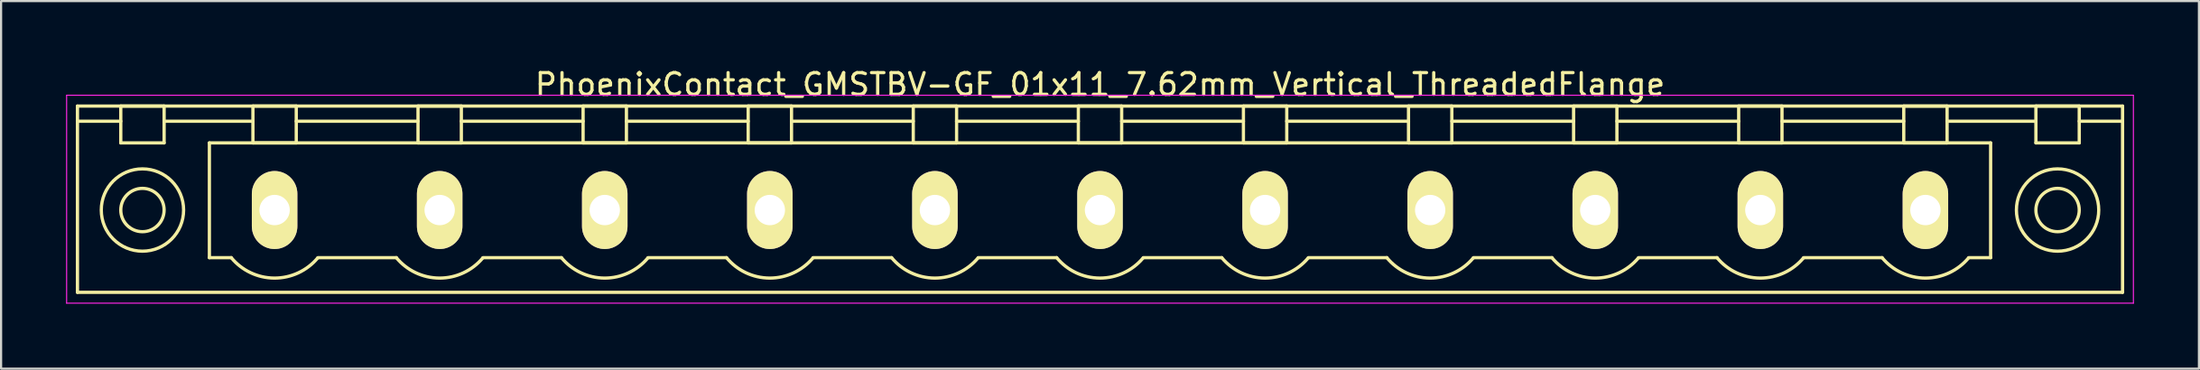
<source format=kicad_pcb>
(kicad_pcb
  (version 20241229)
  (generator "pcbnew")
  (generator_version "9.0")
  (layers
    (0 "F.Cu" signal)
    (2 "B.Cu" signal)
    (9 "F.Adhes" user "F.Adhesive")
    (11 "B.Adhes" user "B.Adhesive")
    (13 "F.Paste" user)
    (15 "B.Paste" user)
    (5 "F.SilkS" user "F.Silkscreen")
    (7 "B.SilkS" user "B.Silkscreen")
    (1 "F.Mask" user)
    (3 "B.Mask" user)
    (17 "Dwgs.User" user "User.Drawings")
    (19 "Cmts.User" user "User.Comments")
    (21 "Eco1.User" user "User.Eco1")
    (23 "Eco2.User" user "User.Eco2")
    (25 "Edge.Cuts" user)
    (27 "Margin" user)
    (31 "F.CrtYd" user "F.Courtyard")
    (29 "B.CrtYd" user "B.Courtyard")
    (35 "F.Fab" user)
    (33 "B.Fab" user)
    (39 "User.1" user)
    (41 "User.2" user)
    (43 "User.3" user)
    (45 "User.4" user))
  (footprint "PhoenixContact_GMSTBV-GF_01x11_7.62mm_Vertical_ThreadedFlange"
    (layer "F.Cu")
    (at 9.625 6.648)
    (property "Reference" "PhoenixContact_GMSTBV-GF_01x11_7.62mm_Vertical_ThreadedFlange" (at 38.1 -5.8 0) (layer "F.SilkS") (effects (font (size 1 1) (thickness 0.15))))
    (attr through_hole)
    (fp_line (start -9.1 -4.8) (end -9.1 3.8) (stroke (width 0.15) (type solid)) (layer "F.SilkS"))
    (fp_line (start -9.1 -4.1) (end -7.1 -4.1) (stroke (width 0.15) (type solid)) (layer "F.SilkS"))
    (fp_line (start -9.1 3.8) (end 85.3 3.8) (stroke (width 0.15) (type solid)) (layer "F.SilkS"))
    (fp_line (start -7.1 -4.8) (end -5.1 -4.8) (stroke (width 0.15) (type solid)) (layer "F.SilkS"))
    (fp_line (start -7.1 -3.1) (end -7.1 -4.8) (stroke (width 0.15) (type solid)) (layer "F.SilkS"))
    (fp_line (start -5.1 -4.8) (end -5.1 -3.1) (stroke (width 0.15) (type solid)) (layer "F.SilkS"))
    (fp_line (start -5.1 -4.1) (end -1 -4.1) (stroke (width 0.15) (type solid)) (layer "F.SilkS"))
    (fp_line (start -5.1 -3.1) (end -7.1 -3.1) (stroke (width 0.15) (type solid)) (layer "F.SilkS"))
    (fp_line (start -3.01 -3.1) (end 79.21 -3.1) (stroke (width 0.15) (type solid)) (layer "F.SilkS"))
    (fp_line (start -3.01 2.2) (end -3.01 -3.1) (stroke (width 0.15) (type solid)) (layer "F.SilkS"))
    (fp_line (start -2 2.2) (end -3.01 2.2) (stroke (width 0.15) (type solid)) (layer "F.SilkS"))
    (fp_line (start -1 -4.8) (end 1 -4.8) (stroke (width 0.15) (type solid)) (layer "F.SilkS"))
    (fp_line (start -1 -3.1) (end -1 -4.8) (stroke (width 0.15) (type solid)) (layer "F.SilkS"))
    (fp_line (start 1 -4.8) (end 1 -3.1) (stroke (width 0.15) (type solid)) (layer "F.SilkS"))
    (fp_line (start 1 -4.1) (end 6.62 -4.1) (stroke (width 0.15) (type solid)) (layer "F.SilkS"))
    (fp_line (start 1 -3.1) (end -1 -3.1) (stroke (width 0.15) (type solid)) (layer "F.SilkS"))
    (fp_line (start 2 2.2) (end 5.62 2.2) (stroke (width 0.15) (type solid)) (layer "F.SilkS"))
    (fp_line (start 6.62 -4.8) (end 8.62 -4.8) (stroke (width 0.15) (type solid)) (layer "F.SilkS"))
    (fp_line (start 6.62 -3.1) (end 6.62 -4.8) (stroke (width 0.15) (type solid)) (layer "F.SilkS"))
    (fp_line (start 8.62 -4.8) (end 8.62 -3.1) (stroke (width 0.15) (type solid)) (layer "F.SilkS"))
    (fp_line (start 8.62 -4.1) (end 14.24 -4.1) (stroke (width 0.15) (type solid)) (layer "F.SilkS"))
    (fp_line (start 8.62 -3.1) (end 6.62 -3.1) (stroke (width 0.15) (type solid)) (layer "F.SilkS"))
    (fp_line (start 9.62 2.2) (end 13.24 2.2) (stroke (width 0.15) (type solid)) (layer "F.SilkS"))
    (fp_line (start 14.24 -4.8) (end 16.24 -4.8) (stroke (width 0.15) (type solid)) (layer "F.SilkS"))
    (fp_line (start 14.24 -3.1) (end 14.24 -4.8) (stroke (width 0.15) (type solid)) (layer "F.SilkS"))
    (fp_line (start 16.24 -4.8) (end 16.24 -3.1) (stroke (width 0.15) (type solid)) (layer "F.SilkS"))
    (fp_line (start 16.24 -4.1) (end 21.86 -4.1) (stroke (width 0.15) (type solid)) (layer "F.SilkS"))
    (fp_line (start 16.24 -3.1) (end 14.24 -3.1) (stroke (width 0.15) (type solid)) (layer "F.SilkS"))
    (fp_line (start 17.24 2.2) (end 20.86 2.2) (stroke (width 0.15) (type solid)) (layer "F.SilkS"))
    (fp_line (start 21.86 -4.8) (end 23.86 -4.8) (stroke (width 0.15) (type solid)) (layer "F.SilkS"))
    (fp_line (start 21.86 -3.1) (end 21.86 -4.8) (stroke (width 0.15) (type solid)) (layer "F.SilkS"))
    (fp_line (start 23.86 -4.8) (end 23.86 -3.1) (stroke (width 0.15) (type solid)) (layer "F.SilkS"))
    (fp_line (start 23.86 -4.1) (end 29.48 -4.1) (stroke (width 0.15) (type solid)) (layer "F.SilkS"))
    (fp_line (start 23.86 -3.1) (end 21.86 -3.1) (stroke (width 0.15) (type solid)) (layer "F.SilkS"))
    (fp_line (start 24.86 2.2) (end 28.48 2.2) (stroke (width 0.15) (type solid)) (layer "F.SilkS"))
    (fp_line (start 29.48 -4.8) (end 31.48 -4.8) (stroke (width 0.15) (type solid)) (layer "F.SilkS"))
    (fp_line (start 29.48 -3.1) (end 29.48 -4.8) (stroke (width 0.15) (type solid)) (layer "F.SilkS"))
    (fp_line (start 31.48 -4.8) (end 31.48 -3.1) (stroke (width 0.15) (type solid)) (layer "F.SilkS"))
    (fp_line (start 31.48 -4.1) (end 37.1 -4.1) (stroke (width 0.15) (type solid)) (layer "F.SilkS"))
    (fp_line (start 31.48 -3.1) (end 29.48 -3.1) (stroke (width 0.15) (type solid)) (layer "F.SilkS"))
    (fp_line (start 32.48 2.2) (end 36.1 2.2) (stroke (width 0.15) (type solid)) (layer "F.SilkS"))
    (fp_line (start 37.1 -4.8) (end 39.1 -4.8) (stroke (width 0.15) (type solid)) (layer "F.SilkS"))
    (fp_line (start 37.1 -3.1) (end 37.1 -4.8) (stroke (width 0.15) (type solid)) (layer "F.SilkS"))
    (fp_line (start 39.1 -4.8) (end 39.1 -3.1) (stroke (width 0.15) (type solid)) (layer "F.SilkS"))
    (fp_line (start 39.1 -4.1) (end 44.72 -4.1) (stroke (width 0.15) (type solid)) (layer "F.SilkS"))
    (fp_line (start 39.1 -3.1) (end 37.1 -3.1) (stroke (width 0.15) (type solid)) (layer "F.SilkS"))
    (fp_line (start 40.1 2.2) (end 43.72 2.2) (stroke (width 0.15) (type solid)) (layer "F.SilkS"))
    (fp_line (start 44.72 -4.8) (end 46.72 -4.8) (stroke (width 0.15) (type solid)) (layer "F.SilkS"))
    (fp_line (start 44.72 -3.1) (end 44.72 -4.8) (stroke (width 0.15) (type solid)) (layer "F.SilkS"))
    (fp_line (start 46.72 -4.8) (end 46.72 -3.1) (stroke (width 0.15) (type solid)) (layer "F.SilkS"))
    (fp_line (start 46.72 -4.1) (end 52.34 -4.1) (stroke (width 0.15) (type solid)) (layer "F.SilkS"))
    (fp_line (start 46.72 -3.1) (end 44.72 -3.1) (stroke (width 0.15) (type solid)) (layer "F.SilkS"))
    (fp_line (start 47.72 2.2) (end 51.34 2.2) (stroke (width 0.15) (type solid)) (layer "F.SilkS"))
    (fp_line (start 52.34 -4.8) (end 54.34 -4.8) (stroke (width 0.15) (type solid)) (layer "F.SilkS"))
    (fp_line (start 52.34 -3.1) (end 52.34 -4.8) (stroke (width 0.15) (type solid)) (layer "F.SilkS"))
    (fp_line (start 54.34 -4.8) (end 54.34 -3.1) (stroke (width 0.15) (type solid)) (layer "F.SilkS"))
    (fp_line (start 54.34 -4.1) (end 59.96 -4.1) (stroke (width 0.15) (type solid)) (layer "F.SilkS"))
    (fp_line (start 54.34 -3.1) (end 52.34 -3.1) (stroke (width 0.15) (type solid)) (layer "F.SilkS"))
    (fp_line (start 55.34 2.2) (end 58.96 2.2) (stroke (width 0.15) (type solid)) (layer "F.SilkS"))
    (fp_line (start 59.96 -4.8) (end 61.96 -4.8) (stroke (width 0.15) (type solid)) (layer "F.SilkS"))
    (fp_line (start 59.96 -3.1) (end 59.96 -4.8) (stroke (width 0.15) (type solid)) (layer "F.SilkS"))
    (fp_line (start 61.96 -4.8) (end 61.96 -3.1) (stroke (width 0.15) (type solid)) (layer "F.SilkS"))
    (fp_line (start 61.96 -4.1) (end 67.58 -4.1) (stroke (width 0.15) (type solid)) (layer "F.SilkS"))
    (fp_line (start 61.96 -3.1) (end 59.96 -3.1) (stroke (width 0.15) (type solid)) (layer "F.SilkS"))
    (fp_line (start 62.96 2.2) (end 66.58 2.2) (stroke (width 0.15) (type solid)) (layer "F.SilkS"))
    (fp_line (start 67.58 -4.8) (end 69.58 -4.8) (stroke (width 0.15) (type solid)) (layer "F.SilkS"))
    (fp_line (start 67.58 -3.1) (end 67.58 -4.8) (stroke (width 0.15) (type solid)) (layer "F.SilkS"))
    (fp_line (start 69.58 -4.8) (end 69.58 -3.1) (stroke (width 0.15) (type solid)) (layer "F.SilkS"))
    (fp_line (start 69.58 -4.1) (end 75.2 -4.1) (stroke (width 0.15) (type solid)) (layer "F.SilkS"))
    (fp_line (start 69.58 -3.1) (end 67.58 -3.1) (stroke (width 0.15) (type solid)) (layer "F.SilkS"))
    (fp_line (start 70.58 2.2) (end 74.2 2.2) (stroke (width 0.15) (type solid)) (layer "F.SilkS"))
    (fp_line (start 75.2 -4.8) (end 77.2 -4.8) (stroke (width 0.15) (type solid)) (layer "F.SilkS"))
    (fp_line (start 75.2 -3.1) (end 75.2 -4.8) (stroke (width 0.15) (type solid)) (layer "F.SilkS"))
    (fp_line (start 77.2 -4.8) (end 77.2 -3.1) (stroke (width 0.15) (type solid)) (layer "F.SilkS"))
    (fp_line (start 77.2 -4.1) (end 81.3 -4.1) (stroke (width 0.15) (type solid)) (layer "F.SilkS"))
    (fp_line (start 77.2 -3.1) (end 75.2 -3.1) (stroke (width 0.15) (type solid)) (layer "F.SilkS"))
    (fp_line (start 79.21 -3.1) (end 79.21 2.2) (stroke (width 0.15) (type solid)) (layer "F.SilkS"))
    (fp_line (start 79.21 2.2) (end 78.2 2.2) (stroke (width 0.15) (type solid)) (layer "F.SilkS"))
    (fp_line (start 81.3 -4.8) (end 83.3 -4.8) (stroke (width 0.15) (type solid)) (layer "F.SilkS"))
    (fp_line (start 81.3 -3.1) (end 81.3 -4.8) (stroke (width 0.15) (type solid)) (layer "F.SilkS"))
    (fp_line (start 83.3 -4.8) (end 83.3 -3.1) (stroke (width 0.15) (type solid)) (layer "F.SilkS"))
    (fp_line (start 83.3 -3.1) (end 81.3 -3.1) (stroke (width 0.15) (type solid)) (layer "F.SilkS"))
    (fp_line (start 85.3 -4.8) (end -9.1 -4.8) (stroke (width 0.15) (type solid)) (layer "F.SilkS"))
    (fp_line (start 85.3 -4.1) (end 83.3 -4.1) (stroke (width 0.15) (type solid)) (layer "F.SilkS"))
    (fp_line (start 85.3 3.8) (end 85.3 -4.8) (stroke (width 0.15) (type solid)) (layer "F.SilkS"))
    (fp_arc (start 1.986842 2.215821) (mid -0.010289 3.142758) (end -2 2.2) (stroke (width 0.15) (type solid)) (layer "F.SilkS"))
    (fp_arc (start 9.606842 2.215821) (mid 7.609711 3.142758) (end 5.62 2.2) (stroke (width 0.15) (type solid)) (layer "F.SilkS"))
    (fp_arc (start 17.226842 2.215821) (mid 15.229711 3.142758) (end 13.24 2.2) (stroke (width 0.15) (type solid)) (layer "F.SilkS"))
    (fp_arc (start 24.846842 2.215821) (mid 22.849711 3.142758) (end 20.86 2.2) (stroke (width 0.15) (type solid)) (layer "F.SilkS"))
    (fp_arc (start 32.466842 2.215821) (mid 30.469711 3.142758) (end 28.48 2.2) (stroke (width 0.15) (type solid)) (layer "F.SilkS"))
    (fp_arc (start 40.086842 2.215821) (mid 38.089711 3.142758) (end 36.1 2.2) (stroke (width 0.15) (type solid)) (layer "F.SilkS"))
    (fp_arc (start 47.706842 2.215821) (mid 45.709711 3.142758) (end 43.72 2.2) (stroke (width 0.15) (type solid)) (layer "F.SilkS"))
    (fp_arc (start 55.326842 2.215821) (mid 53.329711 3.142758) (end 51.34 2.2) (stroke (width 0.15) (type solid)) (layer "F.SilkS"))
    (fp_arc (start 62.946842 2.215821) (mid 60.949711 3.142758) (end 58.96 2.2) (stroke (width 0.15) (type solid)) (layer "F.SilkS"))
    (fp_arc (start 70.566842 2.215821) (mid 68.569711 3.142758) (end 66.58 2.2) (stroke (width 0.15) (type solid)) (layer "F.SilkS"))
    (fp_arc (start 78.186842 2.215821) (mid 76.189711 3.142758) (end 74.2 2.2) (stroke (width 0.15) (type solid)) (layer "F.SilkS"))
    (fp_circle (center -6.1 0) (end -5.1 0) (stroke (width 0.15) (type solid)) (fill no) (layer "F.SilkS"))
    (fp_circle (center -6.1 0) (end -4.2 0) (stroke (width 0.15) (type solid)) (fill no) (layer "F.SilkS"))
    (fp_circle (center 82.3 0) (end 83.3 0) (stroke (width 0.15) (type solid)) (fill no) (layer "F.SilkS"))
    (fp_circle (center 82.3 0) (end 84.2 0) (stroke (width 0.15) (type solid)) (fill no) (layer "F.SilkS"))
    (fp_line (start -9.6 -5.3) (end -9.6 4.3) (stroke (width 0.05) (type solid)) (layer "F.CrtYd"))
    (fp_line (start -9.6 4.3) (end 85.8 4.3) (stroke (width 0.05) (type solid)) (layer "F.CrtYd"))
    (fp_line (start 85.8 -5.3) (end -9.6 -5.3) (stroke (width 0.05) (type solid)) (layer "F.CrtYd"))
    (fp_line (start 85.8 4.3) (end 85.8 -5.3) (stroke (width 0.05) (type solid)) (layer "F.CrtYd"))
    (pad "1" thru_hole oval (at 0 0) (size 2.1 3.6) (drill 1.4) (layers "*.Cu" "*.Mask" "F.SilkS"))
    (pad "2" thru_hole oval (at 7.62 0) (size 2.1 3.6) (drill 1.4) (layers "*.Cu" "*.Mask" "F.SilkS"))
    (pad "3" thru_hole oval (at 15.24 0) (size 2.1 3.6) (drill 1.4) (layers "*.Cu" "*.Mask" "F.SilkS"))
    (pad "4" thru_hole oval (at 22.86 0) (size 2.1 3.6) (drill 1.4) (layers "*.Cu" "*.Mask" "F.SilkS"))
    (pad "5" thru_hole oval (at 30.48 0) (size 2.1 3.6) (drill 1.4) (layers "*.Cu" "*.Mask" "F.SilkS"))
    (pad "6" thru_hole oval (at 38.1 0) (size 2.1 3.6) (drill 1.4) (layers "*.Cu" "*.Mask" "F.SilkS"))
    (pad "7" thru_hole oval (at 45.72 0) (size 2.1 3.6) (drill 1.4) (layers "*.Cu" "*.Mask" "F.SilkS"))
    (pad "8" thru_hole oval (at 53.34 0) (size 2.1 3.6) (drill 1.4) (layers "*.Cu" "*.Mask" "F.SilkS"))
    (pad "9" thru_hole oval (at 60.96 0) (size 2.1 3.6) (drill 1.4) (layers "*.Cu" "*.Mask" "F.SilkS"))
    (pad "10" thru_hole oval (at 68.58 0) (size 2.1 3.6) (drill 1.4) (layers "*.Cu" "*.Mask" "F.SilkS"))
    (pad "11" thru_hole oval (at 76.2 0) (size 2.1 3.6) (drill 1.4) (layers "*.Cu" "*.Mask" "F.SilkS")))
  (gr_rect
    (start -3 -3)
    (end 98.45 13.973)
    (stroke (width 0.1) (type default))
    (fill no)
    (layer "Edge.Cuts")))
</source>
